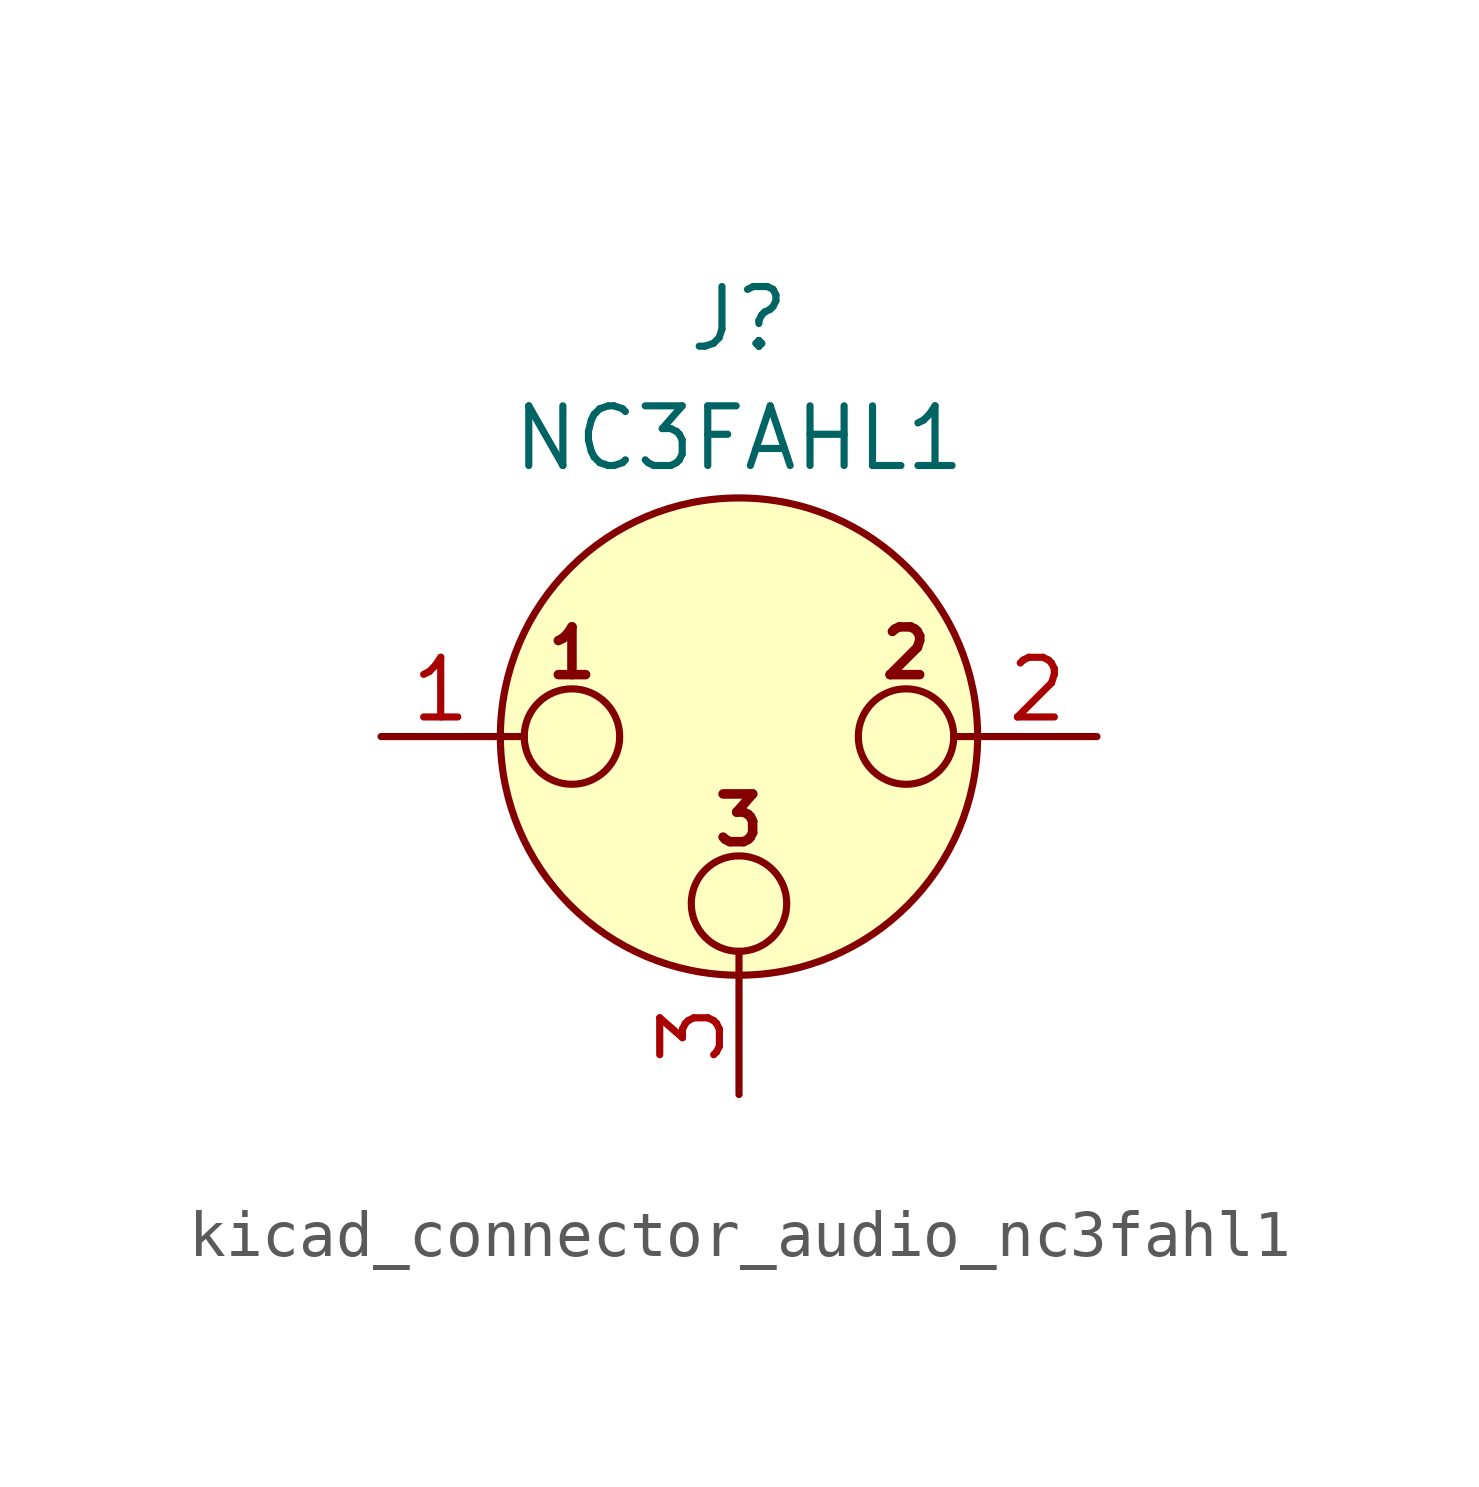
<source format=kicad_sym>
(kicad_symbol_lib
  (version 20220914)
  (generator kicad_symbol_editor)
  (symbol "kicad_connector_audio_nc3fahl1"
    (pin_names hide)
    (property "Reference" "J"
      (at 0 8.89 0)
      (effects (font (size 1.27 1.27))))
    (property "Value" "NC3FAHL1"
      (at 0 6.35 0)
      (effects (font (size 1.27 1.27))))
    (symbol "kicad_connector_audio_nc3fahl1_0_1"
      (circle (center -3.556 0) (radius 1.016) (stroke (width 0) (type default)) (fill (type none)))
      (circle (center 0 -3.556) (radius 1.016) (stroke (width 0) (type default)) (fill (type none)))
      (polyline (pts (xy -5.08 0) (xy -4.572 0)) (stroke (width 0) (type default)) (fill (type none)))
      (polyline (pts (xy 0 -5.08) (xy 0 -4.572)) (stroke (width 0) (type default)) (fill (type none)))
      (polyline (pts (xy 5.08 0) (xy 4.572 0)) (stroke (width 0) (type default)) (fill (type none)))
      (circle (center 0 0) (radius 5.08) (stroke (width 0) (type default)) (fill (type background)))
      (circle (center 3.556 0) (radius 1.016) (stroke (width 0) (type default)) (fill (type none)))
      (text "1" (at -3.556 1.778 0) (effects (font (size 1.016 1.016) bold)))
      (text "2" (at 3.556 1.778 0) (effects (font (size 1.016 1.016) bold)))
      (text "3" (at 0 -1.778 0) (effects (font (size 1.016 1.016) bold)))
      (pin passive line (at -7.62 0 0) (length 2.54) (name "~" (effects (font (size 1.27 1.27)))) (number "1" (effects (font (size 1.27 1.27)))))
      (pin passive line (at 7.62 0 180) (length 2.54) (name "~" (effects (font (size 1.27 1.27)))) (number "2" (effects (font (size 1.27 1.27)))))
      (pin passive line (at 0 -7.62 90) (length 2.54) (name "~" (effects (font (size 1.27 1.27)))) (number "3" (effects (font (size 1.27 1.27))))))))
</source>
